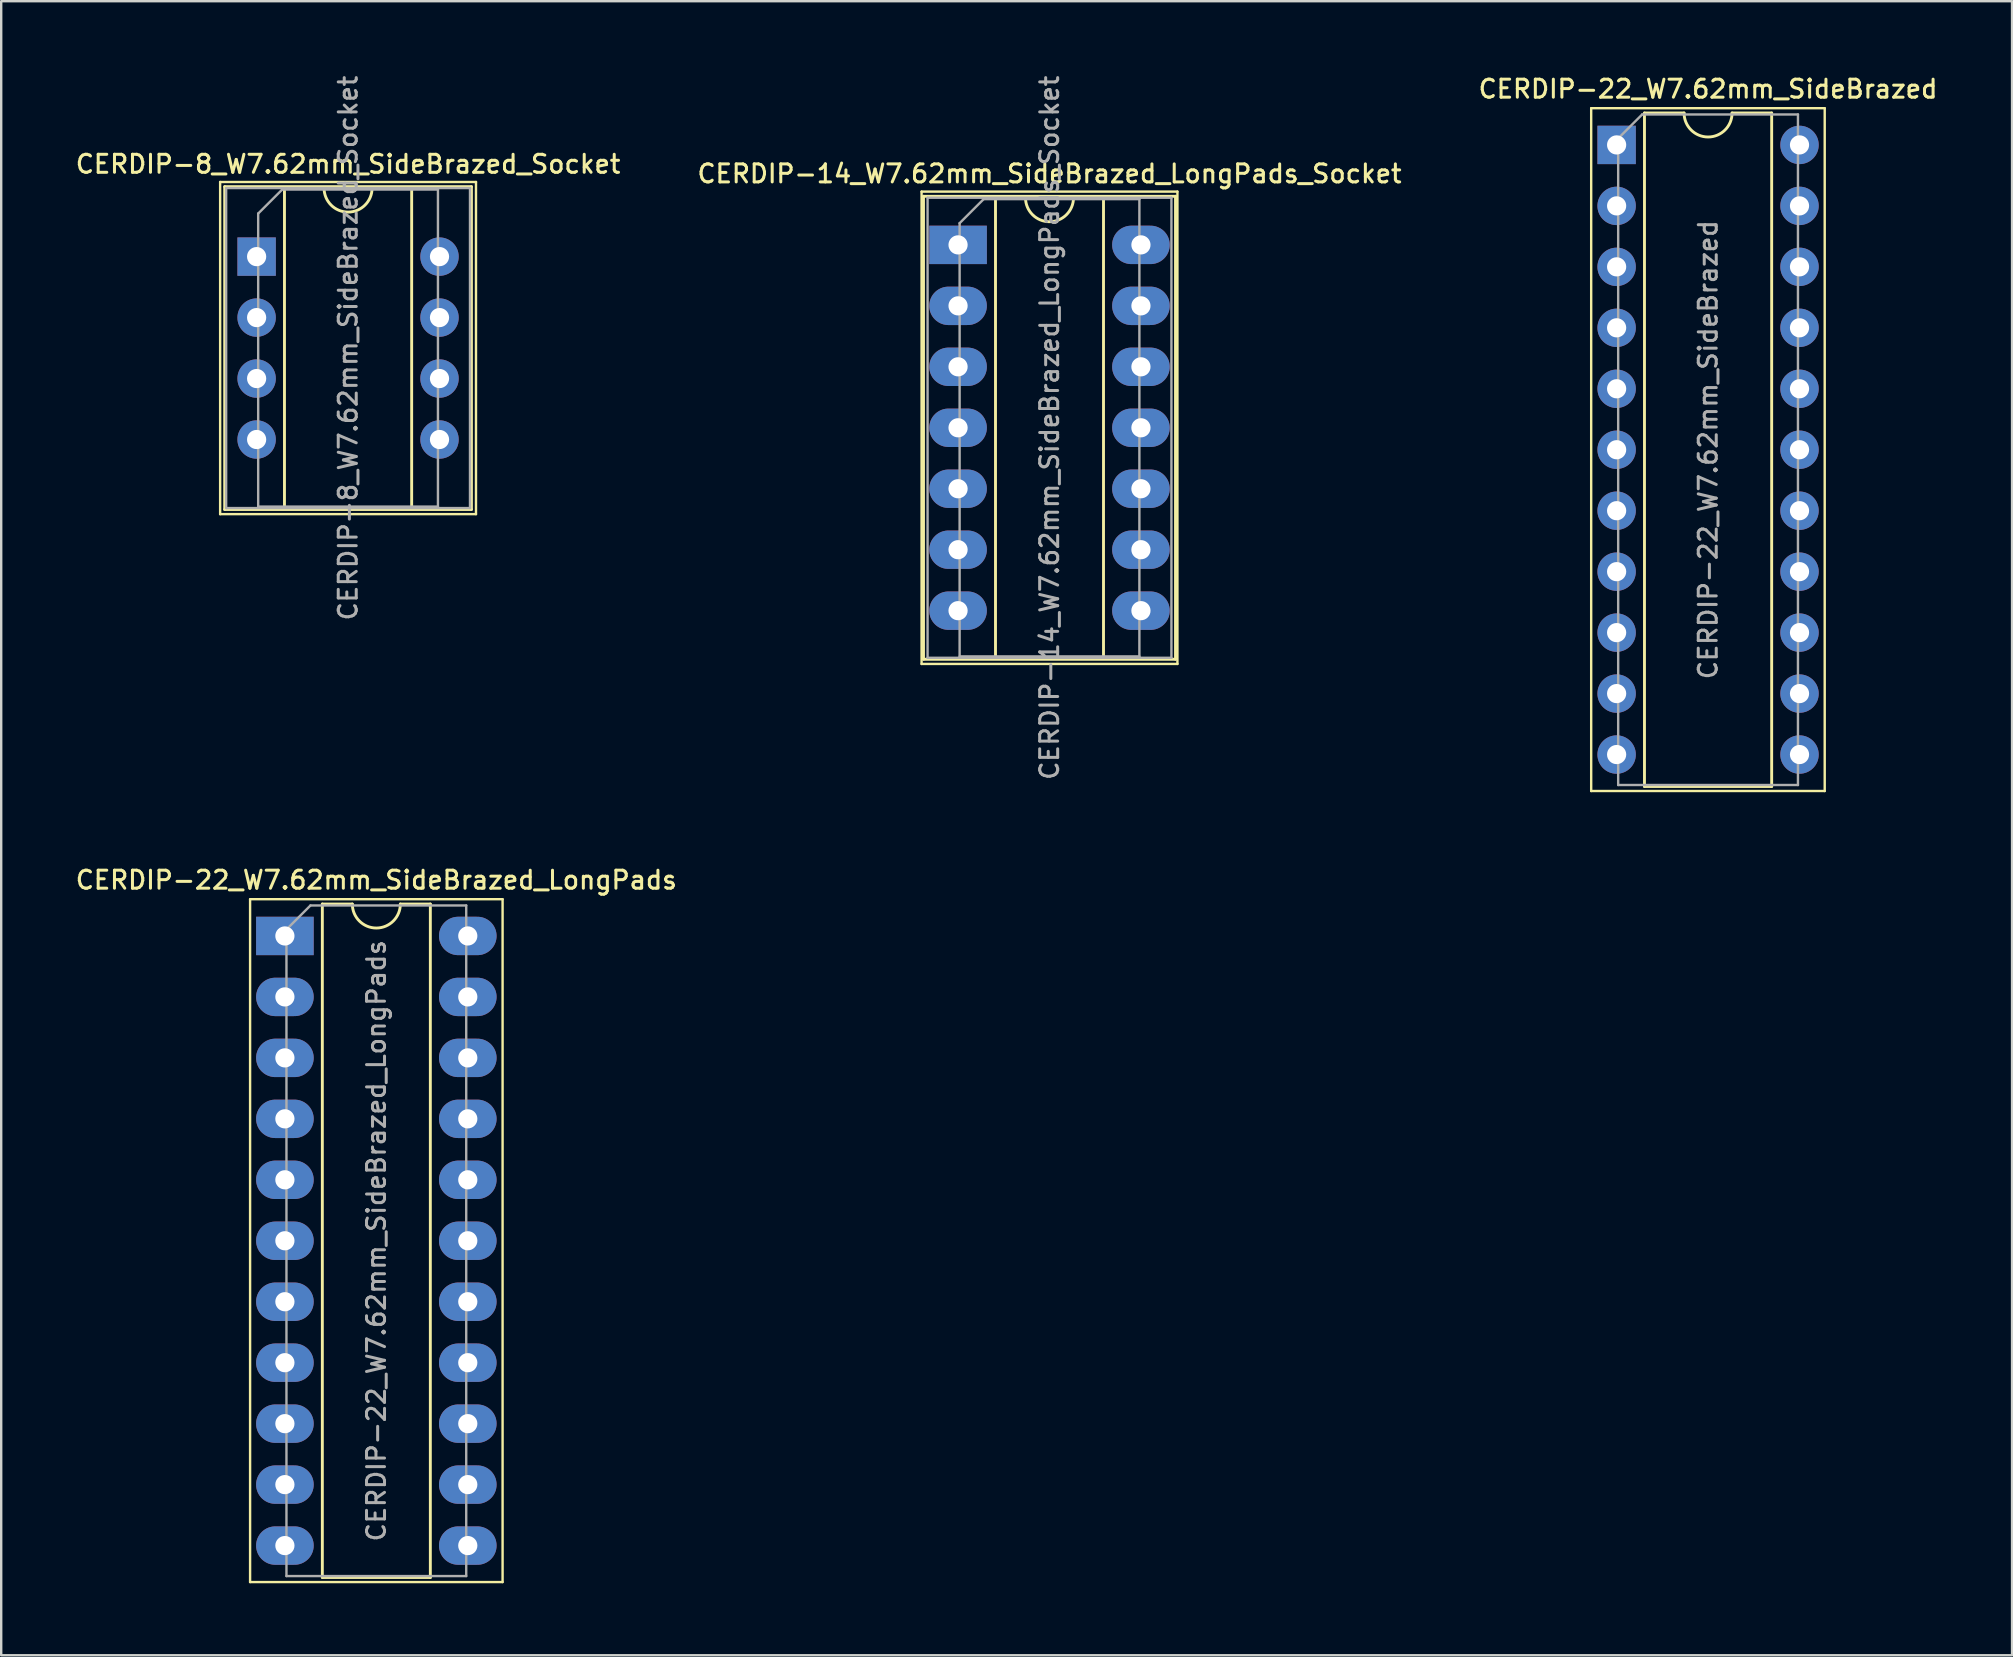
<source format=kicad_pcb>
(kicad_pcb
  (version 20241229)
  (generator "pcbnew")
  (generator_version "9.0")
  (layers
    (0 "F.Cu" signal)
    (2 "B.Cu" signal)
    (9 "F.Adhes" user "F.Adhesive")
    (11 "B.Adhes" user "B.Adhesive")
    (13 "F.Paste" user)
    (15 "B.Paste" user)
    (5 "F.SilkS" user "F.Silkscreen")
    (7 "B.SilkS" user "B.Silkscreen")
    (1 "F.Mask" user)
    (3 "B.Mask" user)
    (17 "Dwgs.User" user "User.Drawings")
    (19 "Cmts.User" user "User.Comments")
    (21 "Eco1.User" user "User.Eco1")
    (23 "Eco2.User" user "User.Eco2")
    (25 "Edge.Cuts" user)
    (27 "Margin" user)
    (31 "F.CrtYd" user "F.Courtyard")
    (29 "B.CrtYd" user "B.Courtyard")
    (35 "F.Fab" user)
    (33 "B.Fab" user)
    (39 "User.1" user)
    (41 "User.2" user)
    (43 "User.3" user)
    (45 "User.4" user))
  (footprint "CERDIP-14_W7.62mm_SideBrazed_LongPads_Socket"
    (layer "F.Cu")
    (at 36.867 7.153)
    (property "Reference" "CERDIP-14_W7.62mm_SideBrazed_LongPads_Socket" (at 3.81 -2.965 0) (layer "F.SilkS") (effects (font (size 0.75 0.75) (thickness 0.125))))
    (attr through_hole)
    (fp_line (start -1.52 -2.22) (end -1.52 17.46) (stroke (width 0.1) (type solid)) (layer "F.SilkS"))
    (fp_line (start -1.52 17.46) (end 9.14 17.46) (stroke (width 0.1) (type solid)) (layer "F.SilkS"))
    (fp_line (start -1.44 -2.025) (end -1.44 17.265) (stroke (width 0.12) (type solid)) (layer "F.SilkS"))
    (fp_line (start -1.44 17.265) (end 9.06 17.265) (stroke (width 0.12) (type solid)) (layer "F.SilkS"))
    (fp_line (start 1.56 -1.965) (end 1.56 17.205) (stroke (width 0.12) (type solid)) (layer "F.SilkS"))
    (fp_line (start 1.56 17.205) (end 6.06 17.205) (stroke (width 0.12) (type solid)) (layer "F.SilkS"))
    (fp_line (start 2.81 -1.965) (end 1.56 -1.965) (stroke (width 0.12) (type solid)) (layer "F.SilkS"))
    (fp_line (start 6.06 -1.965) (end 4.81 -1.965) (stroke (width 0.12) (type solid)) (layer "F.SilkS"))
    (fp_line (start 6.06 17.205) (end 6.06 -1.965) (stroke (width 0.12) (type solid)) (layer "F.SilkS"))
    (fp_line (start 9.06 -2.025) (end -1.44 -2.025) (stroke (width 0.12) (type solid)) (layer "F.SilkS"))
    (fp_line (start 9.06 17.265) (end 9.06 -2.025) (stroke (width 0.12) (type solid)) (layer "F.SilkS"))
    (fp_line (start 9.14 -2.22) (end -1.52 -2.22) (stroke (width 0.1) (type solid)) (layer "F.SilkS"))
    (fp_line (start 9.14 17.46) (end 9.14 -2.22) (stroke (width 0.1) (type solid)) (layer "F.SilkS"))
    (fp_arc (start 4.81 -1.965) (mid 3.81 -0.965) (end 2.81 -1.965) (stroke (width 0.12) (type solid)) (layer "F.SilkS"))
    (fp_line (start -1.27 -1.965) (end -1.27 17.205) (stroke (width 0.1) (type solid)) (layer "F.Fab"))
    (fp_line (start -1.27 17.205) (end 8.89 17.205) (stroke (width 0.1) (type solid)) (layer "F.Fab"))
    (fp_line (start 0.065 -0.905) (end 1.065 -1.905) (stroke (width 0.1) (type solid)) (layer "F.Fab"))
    (fp_line (start 0.065 17.145) (end 0.065 -0.905) (stroke (width 0.1) (type solid)) (layer "F.Fab"))
    (fp_line (start 1.065 -1.905) (end 7.555 -1.905) (stroke (width 0.1) (type solid)) (layer "F.Fab"))
    (fp_line (start 7.555 -1.905) (end 7.555 17.145) (stroke (width 0.1) (type solid)) (layer "F.Fab"))
    (fp_line (start 7.555 17.145) (end 0.065 17.145) (stroke (width 0.1) (type solid)) (layer "F.Fab"))
    (fp_line (start 8.89 -1.965) (end -1.27 -1.965) (stroke (width 0.1) (type solid)) (layer "F.Fab"))
    (fp_line (start 8.89 17.205) (end 8.89 -1.965) (stroke (width 0.1) (type solid)) (layer "F.Fab"))
    (fp_text user "${REFERENCE}" (at 3.81 7.62 90) (layer "F.Fab") (effects (font (size 0.75 0.75) (thickness 0.125))))
    (pad "1" thru_hole rect (at 0 0) (size 2.4 1.6) (drill 0.8) (layers "*.Cu" "*.Mask"))
    (pad "2" thru_hole oval (at 0 2.54) (size 2.4 1.6) (drill 0.8) (layers "*.Cu" "*.Mask"))
    (pad "3" thru_hole oval (at 0 5.08) (size 2.4 1.6) (drill 0.8) (layers "*.Cu" "*.Mask"))
    (pad "4" thru_hole oval (at 0 7.62) (size 2.4 1.6) (drill 0.8) (layers "*.Cu" "*.Mask"))
    (pad "5" thru_hole oval (at 0 10.16) (size 2.4 1.6) (drill 0.8) (layers "*.Cu" "*.Mask"))
    (pad "6" thru_hole oval (at 0 12.7) (size 2.4 1.6) (drill 0.8) (layers "*.Cu" "*.Mask"))
    (pad "7" thru_hole oval (at 0 15.24) (size 2.4 1.6) (drill 0.8) (layers "*.Cu" "*.Mask"))
    (pad "8" thru_hole oval (at 7.62 15.24) (size 2.4 1.6) (drill 0.8) (layers "*.Cu" "*.Mask"))
    (pad "9" thru_hole oval (at 7.62 12.7) (size 2.4 1.6) (drill 0.8) (layers "*.Cu" "*.Mask"))
    (pad "10" thru_hole oval (at 7.62 10.16) (size 2.4 1.6) (drill 0.8) (layers "*.Cu" "*.Mask"))
    (pad "11" thru_hole oval (at 7.62 7.62) (size 2.4 1.6) (drill 0.8) (layers "*.Cu" "*.Mask"))
    (pad "12" thru_hole oval (at 7.62 5.08) (size 2.4 1.6) (drill 0.8) (layers "*.Cu" "*.Mask"))
    (pad "13" thru_hole oval (at 7.62 2.54) (size 2.4 1.6) (drill 0.8) (layers "*.Cu" "*.Mask"))
    (pad "14" thru_hole oval (at 7.62 0) (size 2.4 1.6) (drill 0.8) (layers "*.Cu" "*.Mask")))
  (footprint "CERDIP-22_W7.62mm_SideBrazed"
    (layer "F.Cu")
    (at 64.306 2.988)
    (property "Reference" "CERDIP-22_W7.62mm_SideBrazed" (at 3.81 -2.33 0) (layer "F.SilkS") (effects (font (size 0.75 0.75) (thickness 0.125))))
    (attr through_hole)
    (fp_line (start -1.06 -1.53) (end -1.06 26.92) (stroke (width 0.1) (type solid)) (layer "F.SilkS"))
    (fp_line (start -1.06 26.92) (end 8.67 26.92) (stroke (width 0.1) (type solid)) (layer "F.SilkS"))
    (fp_line (start 1.16 -1.33) (end 1.16 26.73) (stroke (width 0.12) (type solid)) (layer "F.SilkS"))
    (fp_line (start 1.16 26.73) (end 6.46 26.73) (stroke (width 0.12) (type solid)) (layer "F.SilkS"))
    (fp_line (start 2.81 -1.33) (end 1.16 -1.33) (stroke (width 0.12) (type solid)) (layer "F.SilkS"))
    (fp_line (start 6.46 -1.33) (end 4.81 -1.33) (stroke (width 0.12) (type solid)) (layer "F.SilkS"))
    (fp_line (start 6.46 26.73) (end 6.46 -1.33) (stroke (width 0.12) (type solid)) (layer "F.SilkS"))
    (fp_line (start 8.67 -1.53) (end -1.06 -1.53) (stroke (width 0.1) (type solid)) (layer "F.SilkS"))
    (fp_line (start 8.67 26.92) (end 8.67 -1.53) (stroke (width 0.1) (type solid)) (layer "F.SilkS"))
    (fp_arc (start 4.81 -1.33) (mid 3.81 -0.33) (end 2.81 -1.33) (stroke (width 0.12) (type solid)) (layer "F.SilkS"))
    (fp_line (start 0.065 -0.27) (end 1.065 -1.27) (stroke (width 0.1) (type solid)) (layer "F.Fab"))
    (fp_line (start 0.065 26.67) (end 0.065 -0.27) (stroke (width 0.1) (type solid)) (layer "F.Fab"))
    (fp_line (start 1.065 -1.27) (end 7.555 -1.27) (stroke (width 0.1) (type solid)) (layer "F.Fab"))
    (fp_line (start 7.555 -1.27) (end 7.555 26.67) (stroke (width 0.1) (type solid)) (layer "F.Fab"))
    (fp_line (start 7.555 26.67) (end 0.065 26.67) (stroke (width 0.1) (type solid)) (layer "F.Fab"))
    (fp_text user "${REFERENCE}" (at 3.81 12.7 90) (layer "F.Fab") (effects (font (size 0.75 0.75) (thickness 0.125))))
    (pad "1" thru_hole rect (at 0 0) (size 1.6 1.6) (drill 0.8) (layers "*.Cu" "*.Mask"))
    (pad "2" thru_hole circle (at 0 2.54) (size 1.6 1.6) (drill 0.8) (layers "*.Cu" "*.Mask"))
    (pad "3" thru_hole circle (at 0 5.08) (size 1.6 1.6) (drill 0.8) (layers "*.Cu" "*.Mask"))
    (pad "4" thru_hole circle (at 0 7.62) (size 1.6 1.6) (drill 0.8) (layers "*.Cu" "*.Mask"))
    (pad "5" thru_hole circle (at 0 10.16) (size 1.6 1.6) (drill 0.8) (layers "*.Cu" "*.Mask"))
    (pad "6" thru_hole circle (at 0 12.7) (size 1.6 1.6) (drill 0.8) (layers "*.Cu" "*.Mask"))
    (pad "7" thru_hole circle (at 0 15.24) (size 1.6 1.6) (drill 0.8) (layers "*.Cu" "*.Mask"))
    (pad "8" thru_hole circle (at 0 17.78) (size 1.6 1.6) (drill 0.8) (layers "*.Cu" "*.Mask"))
    (pad "9" thru_hole circle (at 0 20.32) (size 1.6 1.6) (drill 0.8) (layers "*.Cu" "*.Mask"))
    (pad "10" thru_hole circle (at 0 22.86) (size 1.6 1.6) (drill 0.8) (layers "*.Cu" "*.Mask"))
    (pad "11" thru_hole circle (at 0 25.4) (size 1.6 1.6) (drill 0.8) (layers "*.Cu" "*.Mask"))
    (pad "12" thru_hole circle (at 7.62 25.4) (size 1.6 1.6) (drill 0.8) (layers "*.Cu" "*.Mask"))
    (pad "13" thru_hole circle (at 7.62 22.86) (size 1.6 1.6) (drill 0.8) (layers "*.Cu" "*.Mask"))
    (pad "14" thru_hole circle (at 7.62 20.32) (size 1.6 1.6) (drill 0.8) (layers "*.Cu" "*.Mask"))
    (pad "15" thru_hole circle (at 7.62 17.78) (size 1.6 1.6) (drill 0.8) (layers "*.Cu" "*.Mask"))
    (pad "16" thru_hole circle (at 7.62 15.24) (size 1.6 1.6) (drill 0.8) (layers "*.Cu" "*.Mask"))
    (pad "17" thru_hole circle (at 7.62 12.7) (size 1.6 1.6) (drill 0.8) (layers "*.Cu" "*.Mask"))
    (pad "18" thru_hole circle (at 7.62 10.16) (size 1.6 1.6) (drill 0.8) (layers "*.Cu" "*.Mask"))
    (pad "19" thru_hole circle (at 7.62 7.62) (size 1.6 1.6) (drill 0.8) (layers "*.Cu" "*.Mask"))
    (pad "20" thru_hole circle (at 7.62 5.08) (size 1.6 1.6) (drill 0.8) (layers "*.Cu" "*.Mask"))
    (pad "21" thru_hole circle (at 7.62 2.54) (size 1.6 1.6) (drill 0.8) (layers "*.Cu" "*.Mask"))
    (pad "22" thru_hole circle (at 7.62 0) (size 1.6 1.6) (drill 0.8) (layers "*.Cu" "*.Mask")))
  (footprint "CERDIP-8_W7.62mm_SideBrazed_Socket"
    (layer "F.Cu")
    (at 7.642 7.642)
    (property "Reference" "CERDIP-8_W7.62mm_SideBrazed_Socket" (at 3.81 -3.855 0) (layer "F.SilkS") (effects (font (size 0.75 0.75) (thickness 0.125))))
    (attr through_hole)
    (fp_line (start -1.52 -3.11) (end -1.52 10.73) (stroke (width 0.1) (type solid)) (layer "F.SilkS"))
    (fp_line (start -1.52 10.73) (end 9.14 10.73) (stroke (width 0.1) (type solid)) (layer "F.SilkS"))
    (fp_line (start -1.33 -2.915) (end -1.33 10.535) (stroke (width 0.12) (type solid)) (layer "F.SilkS"))
    (fp_line (start -1.33 10.535) (end 8.95 10.535) (stroke (width 0.12) (type solid)) (layer "F.SilkS"))
    (fp_line (start 1.16 -2.855) (end 1.16 10.475) (stroke (width 0.12) (type solid)) (layer "F.SilkS"))
    (fp_line (start 1.16 10.475) (end 6.46 10.475) (stroke (width 0.12) (type solid)) (layer "F.SilkS"))
    (fp_line (start 2.81 -2.855) (end 1.16 -2.855) (stroke (width 0.12) (type solid)) (layer "F.SilkS"))
    (fp_line (start 6.46 -2.855) (end 4.81 -2.855) (stroke (width 0.12) (type solid)) (layer "F.SilkS"))
    (fp_line (start 6.46 10.475) (end 6.46 -2.855) (stroke (width 0.12) (type solid)) (layer "F.SilkS"))
    (fp_line (start 8.95 -2.915) (end -1.33 -2.915) (stroke (width 0.12) (type solid)) (layer "F.SilkS"))
    (fp_line (start 8.95 10.535) (end 8.95 -2.915) (stroke (width 0.12) (type solid)) (layer "F.SilkS"))
    (fp_line (start 9.14 -3.11) (end -1.52 -3.11) (stroke (width 0.1) (type solid)) (layer "F.SilkS"))
    (fp_line (start 9.14 10.73) (end 9.14 -3.11) (stroke (width 0.1) (type solid)) (layer "F.SilkS"))
    (fp_arc (start 4.81 -2.855) (mid 3.81 -1.855) (end 2.81 -2.855) (stroke (width 0.12) (type solid)) (layer "F.SilkS"))
    (fp_line (start -1.27 -2.855) (end -1.27 10.475) (stroke (width 0.1) (type solid)) (layer "F.Fab"))
    (fp_line (start -1.27 10.475) (end 8.89 10.475) (stroke (width 0.1) (type solid)) (layer "F.Fab"))
    (fp_line (start 0.065 -1.795) (end 1.065 -2.795) (stroke (width 0.1) (type solid)) (layer "F.Fab"))
    (fp_line (start 0.065 10.415) (end 0.065 -1.795) (stroke (width 0.1) (type solid)) (layer "F.Fab"))
    (fp_line (start 1.065 -2.795) (end 7.555 -2.795) (stroke (width 0.1) (type solid)) (layer "F.Fab"))
    (fp_line (start 7.555 -2.795) (end 7.555 10.415) (stroke (width 0.1) (type solid)) (layer "F.Fab"))
    (fp_line (start 7.555 10.415) (end 0.065 10.415) (stroke (width 0.1) (type solid)) (layer "F.Fab"))
    (fp_line (start 8.89 -2.855) (end -1.27 -2.855) (stroke (width 0.1) (type solid)) (layer "F.Fab"))
    (fp_line (start 8.89 10.475) (end 8.89 -2.855) (stroke (width 0.1) (type solid)) (layer "F.Fab"))
    (fp_text user "${REFERENCE}" (at 3.81 3.81 90) (layer "F.Fab") (effects (font (size 0.75 0.75) (thickness 0.125))))
    (pad "1" thru_hole rect (at 0 0) (size 1.6 1.6) (drill 0.8) (layers "*.Cu" "*.Mask"))
    (pad "2" thru_hole circle (at 0 2.54) (size 1.6 1.6) (drill 0.8) (layers "*.Cu" "*.Mask"))
    (pad "3" thru_hole circle (at 0 5.08) (size 1.6 1.6) (drill 0.8) (layers "*.Cu" "*.Mask"))
    (pad "4" thru_hole circle (at 0 7.62) (size 1.6 1.6) (drill 0.8) (layers "*.Cu" "*.Mask"))
    (pad "5" thru_hole circle (at 7.62 7.62) (size 1.6 1.6) (drill 0.8) (layers "*.Cu" "*.Mask"))
    (pad "6" thru_hole circle (at 7.62 5.08) (size 1.6 1.6) (drill 0.8) (layers "*.Cu" "*.Mask"))
    (pad "7" thru_hole circle (at 7.62 2.54) (size 1.6 1.6) (drill 0.8) (layers "*.Cu" "*.Mask"))
    (pad "8" thru_hole circle (at 7.62 0) (size 1.6 1.6) (drill 0.8) (layers "*.Cu" "*.Mask")))
  (footprint "CERDIP-22_W7.62mm_SideBrazed_LongPads"
    (layer "F.Cu")
    (at 8.82 35.946)
    (property "Reference" "CERDIP-22_W7.62mm_SideBrazed_LongPads" (at 3.81 -2.33 0) (layer "F.SilkS") (effects (font (size 0.75 0.75) (thickness 0.125))))
    (attr through_hole)
    (fp_line (start -1.45 -1.53) (end -1.45 26.92) (stroke (width 0.1) (type solid)) (layer "F.SilkS"))
    (fp_line (start -1.45 26.92) (end 9.07 26.92) (stroke (width 0.1) (type solid)) (layer "F.SilkS"))
    (fp_line (start 1.56 -1.33) (end 1.56 26.73) (stroke (width 0.12) (type solid)) (layer "F.SilkS"))
    (fp_line (start 1.56 26.73) (end 6.06 26.73) (stroke (width 0.12) (type solid)) (layer "F.SilkS"))
    (fp_line (start 2.81 -1.33) (end 1.56 -1.33) (stroke (width 0.12) (type solid)) (layer "F.SilkS"))
    (fp_line (start 6.06 -1.33) (end 4.81 -1.33) (stroke (width 0.12) (type solid)) (layer "F.SilkS"))
    (fp_line (start 6.06 26.73) (end 6.06 -1.33) (stroke (width 0.12) (type solid)) (layer "F.SilkS"))
    (fp_line (start 9.07 -1.53) (end -1.45 -1.53) (stroke (width 0.1) (type solid)) (layer "F.SilkS"))
    (fp_line (start 9.07 26.92) (end 9.07 -1.53) (stroke (width 0.1) (type solid)) (layer "F.SilkS"))
    (fp_arc (start 4.81 -1.33) (mid 3.81 -0.33) (end 2.81 -1.33) (stroke (width 0.12) (type solid)) (layer "F.SilkS"))
    (fp_line (start 0.065 -0.27) (end 1.065 -1.27) (stroke (width 0.1) (type solid)) (layer "F.Fab"))
    (fp_line (start 0.065 26.67) (end 0.065 -0.27) (stroke (width 0.1) (type solid)) (layer "F.Fab"))
    (fp_line (start 1.065 -1.27) (end 7.555 -1.27) (stroke (width 0.1) (type solid)) (layer "F.Fab"))
    (fp_line (start 7.555 -1.27) (end 7.555 26.67) (stroke (width 0.1) (type solid)) (layer "F.Fab"))
    (fp_line (start 7.555 26.67) (end 0.065 26.67) (stroke (width 0.1) (type solid)) (layer "F.Fab"))
    (fp_text user "${REFERENCE}" (at 3.81 12.7 90) (layer "F.Fab") (effects (font (size 0.75 0.75) (thickness 0.125))))
    (pad "1" thru_hole rect (at 0 0) (size 2.4 1.6) (drill 0.8) (layers "*.Cu" "*.Mask"))
    (pad "2" thru_hole oval (at 0 2.54) (size 2.4 1.6) (drill 0.8) (layers "*.Cu" "*.Mask"))
    (pad "3" thru_hole oval (at 0 5.08) (size 2.4 1.6) (drill 0.8) (layers "*.Cu" "*.Mask"))
    (pad "4" thru_hole oval (at 0 7.62) (size 2.4 1.6) (drill 0.8) (layers "*.Cu" "*.Mask"))
    (pad "5" thru_hole oval (at 0 10.16) (size 2.4 1.6) (drill 0.8) (layers "*.Cu" "*.Mask"))
    (pad "6" thru_hole oval (at 0 12.7) (size 2.4 1.6) (drill 0.8) (layers "*.Cu" "*.Mask"))
    (pad "7" thru_hole oval (at 0 15.24) (size 2.4 1.6) (drill 0.8) (layers "*.Cu" "*.Mask"))
    (pad "8" thru_hole oval (at 0 17.78) (size 2.4 1.6) (drill 0.8) (layers "*.Cu" "*.Mask"))
    (pad "9" thru_hole oval (at 0 20.32) (size 2.4 1.6) (drill 0.8) (layers "*.Cu" "*.Mask"))
    (pad "10" thru_hole oval (at 0 22.86) (size 2.4 1.6) (drill 0.8) (layers "*.Cu" "*.Mask"))
    (pad "11" thru_hole oval (at 0 25.4) (size 2.4 1.6) (drill 0.8) (layers "*.Cu" "*.Mask"))
    (pad "12" thru_hole oval (at 7.62 25.4) (size 2.4 1.6) (drill 0.8) (layers "*.Cu" "*.Mask"))
    (pad "13" thru_hole oval (at 7.62 22.86) (size 2.4 1.6) (drill 0.8) (layers "*.Cu" "*.Mask"))
    (pad "14" thru_hole oval (at 7.62 20.32) (size 2.4 1.6) (drill 0.8) (layers "*.Cu" "*.Mask"))
    (pad "15" thru_hole oval (at 7.62 17.78) (size 2.4 1.6) (drill 0.8) (layers "*.Cu" "*.Mask"))
    (pad "16" thru_hole oval (at 7.62 15.24) (size 2.4 1.6) (drill 0.8) (layers "*.Cu" "*.Mask"))
    (pad "17" thru_hole oval (at 7.62 12.7) (size 2.4 1.6) (drill 0.8) (layers "*.Cu" "*.Mask"))
    (pad "18" thru_hole oval (at 7.62 10.16) (size 2.4 1.6) (drill 0.8) (layers "*.Cu" "*.Mask"))
    (pad "19" thru_hole oval (at 7.62 7.62) (size 2.4 1.6) (drill 0.8) (layers "*.Cu" "*.Mask"))
    (pad "20" thru_hole oval (at 7.62 5.08) (size 2.4 1.6) (drill 0.8) (layers "*.Cu" "*.Mask"))
    (pad "21" thru_hole oval (at 7.62 2.54) (size 2.4 1.6) (drill 0.8) (layers "*.Cu" "*.Mask"))
    (pad "22" thru_hole oval (at 7.62 0) (size 2.4 1.6) (drill 0.8) (layers "*.Cu" "*.Mask")))
  (gr_rect
    (start -3 -3)
    (end 80.782 65.916)
    (stroke (width 0.1) (type default))
    (fill no)
    (layer "Edge.Cuts")))
</source>
